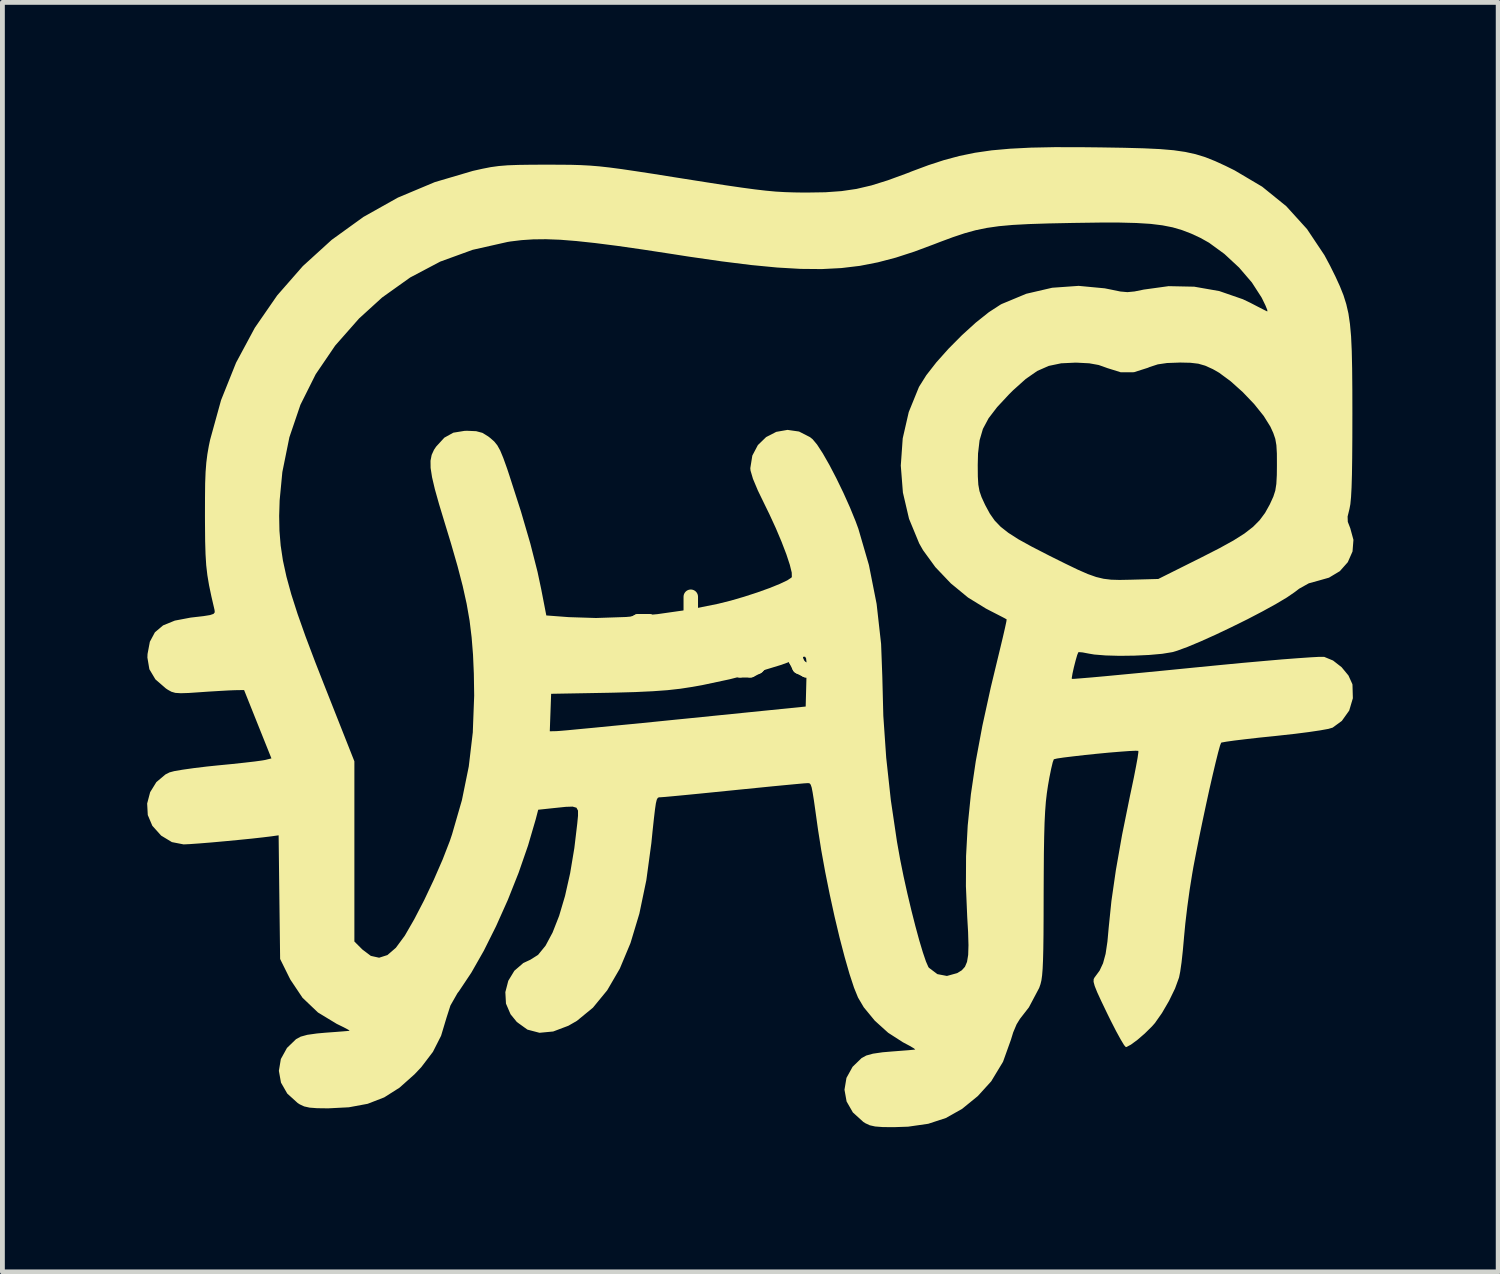
<source format=kicad_pcb>
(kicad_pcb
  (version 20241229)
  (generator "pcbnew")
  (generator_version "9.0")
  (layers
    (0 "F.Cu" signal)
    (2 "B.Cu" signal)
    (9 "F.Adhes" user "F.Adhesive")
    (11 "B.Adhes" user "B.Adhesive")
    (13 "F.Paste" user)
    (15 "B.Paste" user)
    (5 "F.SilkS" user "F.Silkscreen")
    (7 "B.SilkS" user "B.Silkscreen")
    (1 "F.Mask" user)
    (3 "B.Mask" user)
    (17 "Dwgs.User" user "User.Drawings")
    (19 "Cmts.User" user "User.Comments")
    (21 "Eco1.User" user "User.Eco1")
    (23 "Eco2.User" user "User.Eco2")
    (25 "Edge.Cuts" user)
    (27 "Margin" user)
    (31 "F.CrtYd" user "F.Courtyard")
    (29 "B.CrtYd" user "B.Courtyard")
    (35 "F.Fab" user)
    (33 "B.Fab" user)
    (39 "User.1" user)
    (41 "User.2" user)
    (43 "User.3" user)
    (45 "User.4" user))
  (footprint "sloth"
    (layer "F.Cu")
    (at 12.501 10.153)
    (property "Reference" "sloth" (at 0 0 0) (layer "F.SilkS") (effects (font (size 1.524 1.524) (thickness 0.3))))
    (attr board_only exclude_from_pos_files exclude_from_bom)
    (fp_poly (pts (xy 6.876 -10.152) (xy 7.254 -10.148) (xy 7.745 -10.14) (xy 8.153 -10.129) (xy 8.492 -10.113) (xy 8.775 -10.089) (xy 9.016 -10.054) (xy 9.23 -10.007) (xy 9.431 -9.945) (xy 9.632 -9.865) (xy 9.848 -9.766) (xy 10.038 -9.672) (xy 10.609 -9.334) (xy 11.109 -8.929) (xy 11.538 -8.456) (xy 11.9 -7.914) (xy 12.018 -7.693) (xy 12.129 -7.469) (xy 12.22 -7.27) (xy 12.294 -7.085) (xy 12.352 -6.901) (xy 12.397 -6.706) (xy 12.429 -6.487) (xy 12.452 -6.232) (xy 12.466 -5.928) (xy 12.474 -5.563) (xy 12.478 -5.125) (xy 12.479 -4.64) (xy 12.478 -4.129) (xy 12.475 -3.707) (xy 12.47 -3.367) (xy 12.462 -3.1) (xy 12.451 -2.898) (xy 12.437 -2.753) (xy 12.419 -2.658) (xy 12.416 -2.645) (xy 12.38 -2.497) (xy 12.384 -2.387) (xy 12.432 -2.263) (xy 12.434 -2.259) (xy 12.501 -2.014) (xy 12.482 -1.773) (xy 12.384 -1.551) (xy 12.219 -1.365) (xy 11.994 -1.23) (xy 11.779 -1.169) (xy 11.576 -1.113) (xy 11.377 -1.002) (xy 11.274 -0.924) (xy 11.119 -0.818) (xy 10.894 -0.684) (xy 10.616 -0.531) (xy 10.304 -0.368) (xy 9.974 -0.205) (xy 9.646 -0.049) (xy 9.337 0.09) (xy 9.065 0.204) (xy 8.848 0.284) (xy 8.745 0.314) (xy 8.536 0.348) (xy 8.266 0.372) (xy 7.962 0.386) (xy 7.653 0.39) (xy 7.366 0.382) (xy 7.129 0.363) (xy 7.011 0.343) (xy 6.886 0.319) (xy 6.809 0.313) (xy 6.8 0.315) (xy 6.776 0.371) (xy 6.743 0.486) (xy 6.707 0.626) (xy 6.678 0.757) (xy 6.663 0.848) (xy 6.664 0.868) (xy 6.715 0.867) (xy 6.854 0.856) (xy 7.071 0.838) (xy 7.359 0.812) (xy 7.707 0.779) (xy 8.107 0.741) (xy 8.549 0.698) (xy 9.024 0.651) (xy 9.204 0.633) (xy 9.716 0.583) (xy 10.195 0.537) (xy 10.634 0.498) (xy 11.022 0.464) (xy 11.351 0.439) (xy 11.611 0.421) (xy 11.793 0.411) (xy 11.889 0.411) (xy 11.896 0.412) (xy 12.078 0.487) (xy 12.255 0.625) (xy 12.398 0.798) (xy 12.479 0.977) (xy 12.481 0.99) (xy 12.489 1.269) (xy 12.413 1.525) (xy 12.26 1.739) (xy 12.07 1.878) (xy 11.982 1.904) (xy 11.811 1.935) (xy 11.574 1.97) (xy 11.285 2.007) (xy 10.959 2.043) (xy 10.867 2.053) (xy 10.553 2.085) (xy 10.272 2.117) (xy 10.039 2.145) (xy 9.868 2.169) (xy 9.773 2.186) (xy 9.759 2.191) (xy 9.736 2.25) (xy 9.697 2.391) (xy 9.645 2.599) (xy 9.583 2.861) (xy 9.514 3.162) (xy 9.443 3.488) (xy 9.371 3.826) (xy 9.302 4.16) (xy 9.239 4.478) (xy 9.184 4.764) (xy 9.159 4.909) (xy 9.107 5.233) (xy 9.058 5.588) (xy 9.017 5.933) (xy 8.989 6.227) (xy 8.987 6.252) (xy 8.964 6.507) (xy 8.938 6.745) (xy 8.91 6.939) (xy 8.886 7.058) (xy 8.803 7.286) (xy 8.678 7.543) (xy 8.532 7.794) (xy 8.385 8.003) (xy 8.325 8.071) (xy 8.175 8.219) (xy 8.023 8.35) (xy 7.89 8.448) (xy 7.798 8.497) (xy 7.783 8.499) (xy 7.747 8.458) (xy 7.677 8.342) (xy 7.582 8.169) (xy 7.471 7.952) (xy 7.403 7.814) (xy 7.277 7.552) (xy 7.19 7.363) (xy 7.138 7.233) (xy 7.115 7.147) (xy 7.117 7.09) (xy 7.139 7.05) (xy 7.144 7.045) (xy 7.24 6.914) (xy 7.311 6.762) (xy 7.364 6.568) (xy 7.402 6.313) (xy 7.429 6.016) (xy 7.485 5.469) (xy 7.577 4.832) (xy 7.705 4.104) (xy 7.871 3.286) (xy 7.893 3.183) (xy 7.949 2.916) (xy 7.994 2.685) (xy 8.027 2.505) (xy 8.043 2.391) (xy 8.043 2.36) (xy 7.988 2.357) (xy 7.856 2.363) (xy 7.665 2.377) (xy 7.434 2.396) (xy 7.183 2.42) (xy 6.931 2.446) (xy 6.697 2.473) (xy 6.499 2.497) (xy 6.358 2.518) (xy 6.292 2.534) (xy 6.291 2.535) (xy 6.269 2.593) (xy 6.237 2.726) (xy 6.199 2.913) (xy 6.17 3.078) (xy 6.146 3.24) (xy 6.126 3.414) (xy 6.111 3.612) (xy 6.099 3.848) (xy 6.091 4.134) (xy 6.085 4.481) (xy 6.082 4.904) (xy 6.08 5.324) (xy 6.079 5.787) (xy 6.077 6.164) (xy 6.073 6.464) (xy 6.067 6.698) (xy 6.059 6.877) (xy 6.048 7.013) (xy 6.034 7.115) (xy 6.015 7.194) (xy 5.992 7.261) (xy 5.985 7.278) (xy 5.774 7.676) (xy 5.59 7.913) (xy 5.52 8.026) (xy 5.449 8.194) (xy 5.402 8.347) (xy 5.238 8.804) (xy 4.993 9.209) (xy 4.716 9.514) (xy 4.39 9.78) (xy 4.054 9.969) (xy 3.688 10.089) (xy 3.271 10.149) (xy 2.975 10.159) (xy 2.745 10.157) (xy 2.588 10.145) (xy 2.476 10.12) (xy 2.384 10.077) (xy 2.341 10.049) (xy 2.126 9.854) (xy 1.996 9.627) (xy 1.952 9.383) (xy 1.993 9.138) (xy 2.12 8.908) (xy 2.307 8.727) (xy 2.404 8.674) (xy 2.542 8.636) (xy 2.741 8.607) (xy 2.918 8.592) (xy 3.124 8.576) (xy 3.29 8.563) (xy 3.395 8.553) (xy 3.419 8.55) (xy 3.392 8.526) (xy 3.298 8.471) (xy 3.157 8.396) (xy 3.155 8.394) (xy 2.858 8.203) (xy 2.581 7.953) (xy 2.352 7.675) (xy 2.233 7.473) (xy 2.15 7.269) (xy 2.056 6.983) (xy 1.955 6.631) (xy 1.85 6.229) (xy 1.746 5.792) (xy 1.646 5.334) (xy 1.553 4.872) (xy 1.471 4.42) (xy 1.404 3.995) (xy 1.395 3.932) (xy 1.351 3.616) (xy 1.318 3.384) (xy 1.292 3.222) (xy 1.272 3.119) (xy 1.252 3.061) (xy 1.232 3.035) (xy 1.207 3.029) (xy 1.182 3.029) (xy 1.114 3.033) (xy 0.961 3.047) (xy 0.737 3.068) (xy 0.455 3.095) (xy 0.127 3.128) (xy -0.234 3.164) (xy -0.342 3.175) (xy -0.71 3.212) (xy -1.049 3.246) (xy -1.345 3.275) (xy -1.587 3.298) (xy -1.762 3.314) (xy -1.855 3.321) (xy -1.865 3.321) (xy -1.896 3.323) (xy -1.919 3.336) (xy -1.939 3.373) (xy -1.957 3.447) (xy -1.975 3.57) (xy -1.997 3.756) (xy -2.025 4.016) (xy -2.051 4.274) (xy -2.155 5.041) (xy -2.299 5.732) (xy -2.483 6.343) (xy -2.705 6.874) (xy -2.965 7.321) (xy -3.261 7.682) (xy -3.593 7.955) (xy -3.77 8.057) (xy -4.085 8.176) (xy -4.369 8.203) (xy -4.62 8.137) (xy -4.838 7.98) (xy -4.969 7.819) (xy -5.064 7.598) (xy -5.077 7.36) (xy -5.016 7.125) (xy -4.89 6.917) (xy -4.705 6.757) (xy -4.559 6.689) (xy -4.399 6.588) (xy -4.244 6.398) (xy -4.098 6.125) (xy -3.962 5.779) (xy -3.84 5.367) (xy -3.734 4.896) (xy -3.647 4.375) (xy -3.587 3.871) (xy -3.571 3.706) (xy -3.571 3.598) (xy -3.603 3.538) (xy -3.683 3.515) (xy -3.826 3.52) (xy -4.048 3.543) (xy -4.096 3.548) (xy -4.396 3.58) (xy -4.448 3.78) (xy -4.607 4.323) (xy -4.802 4.886) (xy -5.026 5.45) (xy -5.27 5.995) (xy -5.524 6.504) (xy -5.782 6.957) (xy -6.034 7.335) (xy -6.069 7.381) (xy -6.215 7.637) (xy -6.296 7.889) (xy -6.409 8.265) (xy -6.578 8.598) (xy -6.819 8.915) (xy -6.96 9.064) (xy -7.271 9.341) (xy -7.588 9.542) (xy -7.931 9.675) (xy -8.32 9.747) (xy -8.748 9.769) (xy -8.978 9.766) (xy -9.135 9.754) (xy -9.247 9.729) (xy -9.339 9.686) (xy -9.382 9.658) (xy -9.597 9.463) (xy -9.727 9.236) (xy -9.771 8.992) (xy -9.73 8.747) (xy -9.603 8.517) (xy -9.416 8.336) (xy -9.319 8.283) (xy -9.181 8.245) (xy -8.982 8.217) (xy -8.805 8.201) (xy -8.6 8.186) (xy -8.433 8.173) (xy -8.328 8.164) (xy -8.304 8.161) (xy -8.331 8.14) (xy -8.427 8.089) (xy -8.57 8.019) (xy -8.572 8.018) (xy -8.961 7.782) (xy -9.281 7.477) (xy -9.532 7.102) (xy -9.561 7.045) (xy -9.745 6.673) (xy -9.761 5.392) (xy -9.776 4.11) (xy -9.932 4.132) (xy -10.106 4.153) (xy -10.339 4.179) (xy -10.609 4.206) (xy -10.893 4.233) (xy -11.169 4.258) (xy -11.417 4.278) (xy -11.614 4.292) (xy -11.738 4.298) (xy -11.747 4.298) (xy -11.988 4.251) (xy -12.211 4.116) (xy -12.394 3.912) (xy -12.488 3.69) (xy -12.501 3.451) (xy -12.439 3.216) (xy -12.31 3.007) (xy -12.121 2.848) (xy -12.038 2.806) (xy -11.941 2.78) (xy -11.766 2.75) (xy -11.532 2.717) (xy -11.26 2.684) (xy -11.037 2.661) (xy -10.749 2.633) (xy -10.488 2.605) (xy -10.271 2.58) (xy -10.118 2.559) (xy -10.055 2.548) (xy -9.925 2.516) (xy -10.209 1.807) (xy -10.492 1.099) (xy -10.68 1.102) (xy -10.808 1.107) (xy -11.003 1.118) (xy -11.235 1.132) (xy -11.406 1.144) (xy -11.643 1.16) (xy -11.805 1.165) (xy -11.916 1.158) (xy -11.997 1.135) (xy -12.071 1.094) (xy -12.113 1.066) (xy -12.33 0.878) (xy -12.455 0.668) (xy -12.496 0.426) (xy -12.493 0.352) (xy -12.445 0.098) (xy -12.34 -0.098) (xy -12.171 -0.241) (xy -11.928 -0.34) (xy -11.602 -0.402) (xy -11.551 -0.408) (xy -11.334 -0.433) (xy -11.198 -0.455) (xy -11.126 -0.479) (xy -11.1 -0.512) (xy -11.104 -0.559) (xy -11.104 -0.559) (xy -11.169 -0.839) (xy -11.218 -1.072) (xy -11.253 -1.281) (xy -11.277 -1.488) (xy -11.291 -1.716) (xy -11.299 -1.986) (xy -11.302 -2.32) (xy -11.303 -2.51) (xy -9.765 -2.51) (xy -9.759 -2.202) (xy -9.734 -1.898) (xy -9.687 -1.585) (xy -9.614 -1.251) (xy -9.514 -0.886) (xy -9.383 -0.477) (xy -9.218 -0.011) (xy -9.017 0.521) (xy -8.836 0.983) (xy -8.206 2.576) (xy -8.206 6.311) (xy -8.04 6.477) (xy -7.865 6.609) (xy -7.693 6.647) (xy -7.521 6.592) (xy -7.346 6.441) (xy -7.164 6.194) (xy -7.157 6.183) (xy -6.965 5.85) (xy -6.76 5.455) (xy -6.56 5.032) (xy -6.377 4.612) (xy -6.228 4.228) (xy -6.182 4.091) (xy -5.977 3.381) (xy -5.835 2.683) (xy -5.751 1.971) (xy -5.751 1.954) (xy -4.156 1.954) (xy -4.02 1.951) (xy -3.946 1.946) (xy -3.784 1.932) (xy -3.545 1.909) (xy -3.237 1.88) (xy -2.872 1.844) (xy -2.457 1.804) (xy -2.004 1.759) (xy -1.521 1.71) (xy -1.368 1.695) (xy 1.148 1.441) (xy 1.162 0.91) (xy 1.167 0.677) (xy 1.166 0.527) (xy 1.156 0.442) (xy 1.135 0.408) (xy 1.102 0.41) (xy 1.089 0.414) (xy 0.642 0.577) (xy 0.127 0.734) (xy -0.428 0.876) (xy -0.996 0.997) (xy -1.197 1.033) (xy -1.45 1.072) (xy -1.719 1.102) (xy -2.024 1.124) (xy -2.384 1.141) (xy -2.816 1.153) (xy -2.955 1.156) (xy -4.128 1.177) (xy -4.142 1.565) (xy -4.156 1.954) (xy -5.751 1.954) (xy -5.723 1.216) (xy -5.73 0.759) (xy -5.747 0.366) (xy -5.776 0.006) (xy -5.818 -0.339) (xy -5.879 -0.688) (xy -5.961 -1.058) (xy -6.068 -1.469) (xy -6.203 -1.938) (xy -6.331 -2.358) (xy -6.45 -2.751) (xy -6.538 -3.064) (xy -6.596 -3.311) (xy -6.626 -3.504) (xy -6.628 -3.654) (xy -6.604 -3.775) (xy -6.556 -3.88) (xy -6.511 -3.947) (xy -6.341 -4.132) (xy -6.155 -4.235) (xy -5.921 -4.273) (xy -5.862 -4.274) (xy -5.682 -4.266) (xy -5.554 -4.232) (xy -5.433 -4.158) (xy -5.39 -4.125) (xy -5.309 -4.054) (xy -5.244 -3.974) (xy -5.184 -3.866) (xy -5.12 -3.712) (xy -5.041 -3.492) (xy -4.994 -3.35) (xy -4.754 -2.604) (xy -4.559 -1.936) (xy -4.41 -1.351) (xy -4.334 -0.993) (xy -4.228 -0.447) (xy -3.763 -0.412) (xy -3.198 -0.394) (xy -2.575 -0.415) (xy -1.925 -0.474) (xy -1.279 -0.566) (xy -0.666 -0.689) (xy -0.406 -0.754) (xy -0.128 -0.835) (xy 0.146 -0.924) (xy 0.397 -1.014) (xy 0.609 -1.1) (xy 0.766 -1.174) (xy 0.852 -1.231) (xy 0.861 -1.244) (xy 0.859 -1.335) (xy 0.819 -1.497) (xy 0.747 -1.716) (xy 0.648 -1.974) (xy 0.529 -2.256) (xy 0.395 -2.547) (xy 0.309 -2.723) (xy 0.157 -3.036) (xy 0.055 -3.279) (xy 0.005 -3.449) (xy 0 -3.499) (xy 0.042 -3.76) (xy 0.157 -3.978) (xy 0.328 -4.144) (xy 0.538 -4.252) (xy 0.771 -4.293) (xy 1.01 -4.259) (xy 1.237 -4.143) (xy 1.291 -4.1) (xy 1.383 -3.99) (xy 1.502 -3.807) (xy 1.639 -3.567) (xy 1.784 -3.289) (xy 1.929 -2.99) (xy 2.065 -2.687) (xy 2.183 -2.398) (xy 2.24 -2.243) (xy 2.459 -1.49) (xy 2.618 -0.686) (xy 2.711 0.143) (xy 2.736 0.816) (xy 2.757 1.634) (xy 2.817 2.502) (xy 2.913 3.383) (xy 3.04 4.242) (xy 3.107 4.616) (xy 3.176 4.958) (xy 3.254 5.31) (xy 3.337 5.659) (xy 3.421 5.99) (xy 3.502 6.288) (xy 3.577 6.538) (xy 3.641 6.726) (xy 3.69 6.838) (xy 3.702 6.855) (xy 3.877 6.987) (xy 4.075 7.025) (xy 4.285 6.967) (xy 4.294 6.963) (xy 4.384 6.907) (xy 4.449 6.835) (xy 4.492 6.733) (xy 4.516 6.588) (xy 4.522 6.386) (xy 4.514 6.113) (xy 4.496 5.8) (xy 4.469 5.165) (xy 4.472 4.54) (xy 4.506 3.91) (xy 4.572 3.26) (xy 4.673 2.575) (xy 4.81 1.84) (xy 4.985 1.041) (xy 5.111 0.518) (xy 5.178 0.241) (xy 5.236 -0.001) (xy 5.28 -0.193) (xy 5.307 -0.319) (xy 5.313 -0.366) (xy 5.267 -0.392) (xy 5.153 -0.451) (xy 4.991 -0.534) (xy 4.885 -0.589) (xy 4.513 -0.818) (xy 4.156 -1.112) (xy 3.836 -1.448) (xy 3.58 -1.8) (xy 3.501 -1.939) (xy 3.29 -2.45) (xy 3.163 -2.994) (xy 3.119 -3.555) (xy 3.12 -3.565) (xy 4.714 -3.565) (xy 4.716 -3.327) (xy 4.726 -3.157) (xy 4.75 -3.024) (xy 4.793 -2.899) (xy 4.862 -2.749) (xy 4.875 -2.723) (xy 4.965 -2.557) (xy 5.065 -2.414) (xy 5.189 -2.285) (xy 5.349 -2.159) (xy 5.558 -2.025) (xy 5.83 -1.875) (xy 6.178 -1.696) (xy 6.203 -1.683) (xy 6.531 -1.52) (xy 6.79 -1.395) (xy 6.996 -1.305) (xy 7.168 -1.244) (xy 7.323 -1.207) (xy 7.479 -1.188) (xy 7.653 -1.183) (xy 7.862 -1.187) (xy 7.903 -1.188) (xy 8.456 -1.203) (xy 9.347 -1.648) (xy 9.719 -1.838) (xy 10.013 -2) (xy 10.242 -2.145) (xy 10.419 -2.282) (xy 10.557 -2.421) (xy 10.669 -2.572) (xy 10.766 -2.746) (xy 10.779 -2.774) (xy 10.841 -2.91) (xy 10.881 -3.034) (xy 10.903 -3.174) (xy 10.913 -3.359) (xy 10.915 -3.563) (xy 10.914 -3.804) (xy 10.904 -3.976) (xy 10.881 -4.108) (xy 10.839 -4.23) (xy 10.779 -4.361) (xy 10.641 -4.582) (xy 10.443 -4.829) (xy 10.207 -5.076) (xy 9.957 -5.3) (xy 9.718 -5.477) (xy 9.587 -5.552) (xy 9.428 -5.624) (xy 9.285 -5.665) (xy 9.123 -5.684) (xy 8.903 -5.689) (xy 8.89 -5.688) (xy 8.637 -5.679) (xy 8.446 -5.651) (xy 8.28 -5.597) (xy 8.237 -5.579) (xy 7.951 -5.488) (xy 7.678 -5.487) (xy 7.393 -5.576) (xy 7.392 -5.577) (xy 7.22 -5.638) (xy 7.026 -5.673) (xy 6.775 -5.686) (xy 6.741 -5.687) (xy 6.443 -5.673) (xy 6.185 -5.619) (xy 5.947 -5.514) (xy 5.708 -5.348) (xy 5.445 -5.112) (xy 5.361 -5.028) (xy 5.116 -4.765) (xy 4.939 -4.534) (xy 4.821 -4.313) (xy 4.752 -4.077) (xy 4.72 -3.803) (xy 4.714 -3.565) (xy 3.12 -3.565) (xy 3.159 -4.117) (xy 3.284 -4.662) (xy 3.492 -5.174) (xy 3.501 -5.192) (xy 3.648 -5.426) (xy 3.857 -5.694) (xy 4.111 -5.978) (xy 4.389 -6.258) (xy 4.673 -6.516) (xy 4.944 -6.732) (xy 5.184 -6.888) (xy 5.212 -6.903) (xy 5.719 -7.114) (xy 6.257 -7.239) (xy 6.805 -7.278) (xy 7.346 -7.227) (xy 7.476 -7.201) (xy 7.67 -7.161) (xy 7.816 -7.148) (xy 7.963 -7.162) (xy 8.155 -7.201) (xy 8.67 -7.272) (xy 9.201 -7.261) (xy 9.721 -7.17) (xy 10.209 -7.001) (xy 10.362 -6.928) (xy 10.522 -6.845) (xy 10.647 -6.781) (xy 10.714 -6.748) (xy 10.716 -6.747) (xy 10.716 -6.777) (xy 10.677 -6.873) (xy 10.608 -7.015) (xy 10.595 -7.04) (xy 10.396 -7.348) (xy 10.131 -7.657) (xy 9.826 -7.94) (xy 9.508 -8.172) (xy 9.33 -8.272) (xy 9.136 -8.362) (xy 8.948 -8.434) (xy 8.754 -8.491) (xy 8.54 -8.533) (xy 8.295 -8.563) (xy 8.004 -8.581) (xy 7.656 -8.59) (xy 7.237 -8.59) (xy 6.735 -8.583) (xy 6.668 -8.582) (xy 6.181 -8.572) (xy 5.777 -8.559) (xy 5.44 -8.541) (xy 5.153 -8.515) (xy 4.901 -8.479) (xy 4.669 -8.431) (xy 4.441 -8.368) (xy 4.201 -8.288) (xy 3.934 -8.189) (xy 3.81 -8.141) (xy 3.403 -7.989) (xy 3.018 -7.864) (xy 2.645 -7.766) (xy 2.272 -7.693) (xy 1.888 -7.647) (xy 1.482 -7.626) (xy 1.042 -7.63) (xy 0.558 -7.658) (xy 0.017 -7.71) (xy -0.592 -7.786) (xy -1.279 -7.885) (xy -1.612 -7.937) (xy -2.227 -8.031) (xy -2.756 -8.107) (xy -3.211 -8.165) (xy -3.602 -8.207) (xy -3.94 -8.234) (xy -4.235 -8.245) (xy -4.499 -8.242) (xy -4.741 -8.226) (xy -4.972 -8.198) (xy -5.032 -8.188) (xy -5.755 -8.025) (xy -6.426 -7.781) (xy -7.049 -7.452) (xy -7.631 -7.037) (xy -8.11 -6.601) (xy -8.604 -6.04) (xy -9.008 -5.446) (xy -9.324 -4.814) (xy -9.553 -4.14) (xy -9.699 -3.419) (xy -9.755 -2.833) (xy -9.765 -2.51) (xy -11.303 -2.51) (xy -11.303 -2.516) (xy -11.302 -2.889) (xy -11.299 -3.184) (xy -11.29 -3.419) (xy -11.275 -3.614) (xy -11.253 -3.788) (xy -11.223 -3.96) (xy -11.196 -4.088) (xy -10.969 -4.91) (xy -10.658 -5.686) (xy -10.269 -6.41) (xy -9.806 -7.08) (xy -9.274 -7.688) (xy -8.676 -8.232) (xy -8.018 -8.707) (xy -7.305 -9.107) (xy -6.54 -9.428) (xy -5.75 -9.661) (xy -5.553 -9.705) (xy -5.38 -9.739) (xy -5.212 -9.762) (xy -5.028 -9.777) (xy -4.807 -9.785) (xy -4.527 -9.789) (xy -4.201 -9.79) (xy -3.94 -9.789) (xy -3.716 -9.787) (xy -3.517 -9.781) (xy -3.326 -9.771) (xy -3.13 -9.755) (xy -2.915 -9.731) (xy -2.665 -9.698) (xy -2.368 -9.654) (xy -2.008 -9.599) (xy -1.57 -9.529) (xy -1.392 -9.501) (xy -0.911 -9.425) (xy -0.512 -9.363) (xy -0.182 -9.315) (xy 0.092 -9.278) (xy 0.324 -9.251) (xy 0.528 -9.232) (xy 0.718 -9.221) (xy 0.907 -9.215) (xy 1.108 -9.212) (xy 1.172 -9.212) (xy 1.557 -9.218) (xy 1.89 -9.242) (xy 2.199 -9.287) (xy 2.511 -9.36) (xy 2.85 -9.466) (xy 3.243 -9.61) (xy 3.352 -9.653) (xy 3.693 -9.78) (xy 4.015 -9.885) (xy 4.332 -9.97) (xy 4.657 -10.037) (xy 5.003 -10.087) (xy 5.385 -10.121) (xy 5.815 -10.143) (xy 6.308 -10.153)) (stroke (width 0) (type solid)) (fill yes) (layer "F.SilkS")))
  (gr_rect
    (start -3 -3)
    (end 28.002 23.312)
    (stroke (width 0.1) (type default))
    (fill no)
    (layer "Edge.Cuts")))
</source>
